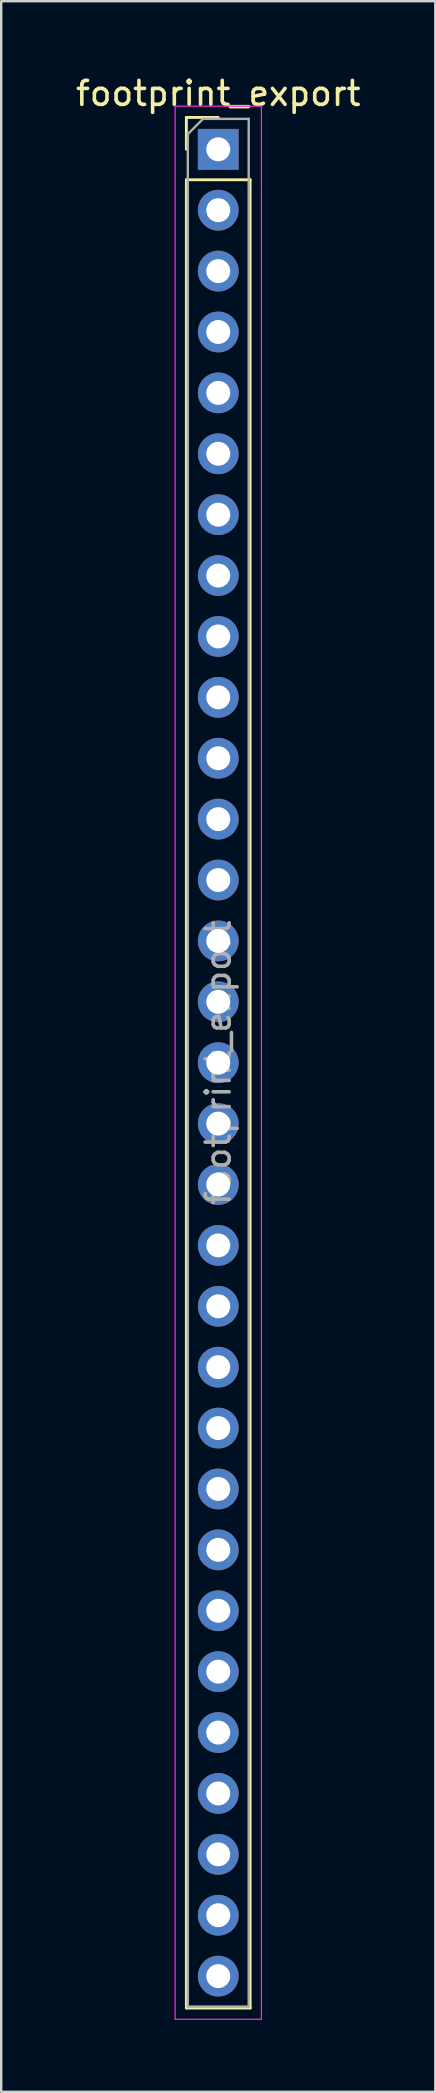
<source format=kicad_pcb>
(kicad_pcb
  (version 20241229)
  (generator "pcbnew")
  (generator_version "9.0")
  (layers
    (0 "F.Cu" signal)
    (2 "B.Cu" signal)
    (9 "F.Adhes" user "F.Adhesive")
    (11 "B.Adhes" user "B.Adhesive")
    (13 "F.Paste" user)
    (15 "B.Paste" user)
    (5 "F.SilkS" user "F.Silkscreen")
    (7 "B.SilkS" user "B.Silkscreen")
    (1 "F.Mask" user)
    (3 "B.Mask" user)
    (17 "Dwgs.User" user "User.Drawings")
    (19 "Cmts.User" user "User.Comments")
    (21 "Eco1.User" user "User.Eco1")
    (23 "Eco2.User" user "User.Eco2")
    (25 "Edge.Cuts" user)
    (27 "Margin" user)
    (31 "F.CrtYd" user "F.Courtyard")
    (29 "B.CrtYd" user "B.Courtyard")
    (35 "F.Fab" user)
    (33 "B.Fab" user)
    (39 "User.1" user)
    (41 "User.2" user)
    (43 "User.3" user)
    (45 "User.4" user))
  (footprint "footprint_export"
    (layer "F.Cu")
    (at 6.054 3.178)
    (property "Reference" "footprint_export" (at 0 -2.33 0) (layer "F.SilkS") (effects (font (size 1 1) (thickness 0.15))))
    (attr through_hole)
    (fp_line (start -1.33 -1.33) (end 0 -1.33) (stroke (width 0.12) (type solid)) (layer "F.SilkS"))
    (fp_line (start -1.33 0) (end -1.33 -1.33) (stroke (width 0.12) (type solid)) (layer "F.SilkS"))
    (fp_line (start -1.33 1.27) (end -1.33 77.53) (stroke (width 0.12) (type solid)) (layer "F.SilkS"))
    (fp_line (start -1.33 1.27) (end 1.33 1.27) (stroke (width 0.12) (type solid)) (layer "F.SilkS"))
    (fp_line (start -1.33 77.53) (end 1.33 77.53) (stroke (width 0.12) (type solid)) (layer "F.SilkS"))
    (fp_line (start 1.33 1.27) (end 1.33 77.53) (stroke (width 0.12) (type solid)) (layer "F.SilkS"))
    (fp_line (start -1.8 -1.8) (end -1.8 78) (stroke (width 0.05) (type solid)) (layer "F.CrtYd"))
    (fp_line (start -1.8 78) (end 1.8 78) (stroke (width 0.05) (type solid)) (layer "F.CrtYd"))
    (fp_line (start 1.8 -1.8) (end -1.8 -1.8) (stroke (width 0.05) (type solid)) (layer "F.CrtYd"))
    (fp_line (start 1.8 78) (end 1.8 -1.8) (stroke (width 0.05) (type solid)) (layer "F.CrtYd"))
    (fp_line (start -1.27 -0.635) (end -0.635 -1.27) (stroke (width 0.1) (type solid)) (layer "F.Fab"))
    (fp_line (start -1.27 77.47) (end -1.27 -0.635) (stroke (width 0.1) (type solid)) (layer "F.Fab"))
    (fp_line (start -0.635 -1.27) (end 1.27 -1.27) (stroke (width 0.1) (type solid)) (layer "F.Fab"))
    (fp_line (start 1.27 -1.27) (end 1.27 77.47) (stroke (width 0.1) (type solid)) (layer "F.Fab"))
    (fp_line (start 1.27 77.47) (end -1.27 77.47) (stroke (width 0.1) (type solid)) (layer "F.Fab"))
    (fp_text user "${REFERENCE}" (at 0 38.1 90) (layer "F.Fab") (effects (font (size 1 1) (thickness 0.15))))
    (pad "1" thru_hole rect (at 0 0) (size 1.7 1.7) (drill 1) (layers "*.Cu" "*.Mask"))
    (pad "2" thru_hole oval (at 0 2.54) (size 1.7 1.7) (drill 1) (layers "*.Cu" "*.Mask"))
    (pad "3" thru_hole oval (at 0 5.08) (size 1.7 1.7) (drill 1) (layers "*.Cu" "*.Mask"))
    (pad "4" thru_hole oval (at 0 7.62) (size 1.7 1.7) (drill 1) (layers "*.Cu" "*.Mask"))
    (pad "5" thru_hole oval (at 0 10.16) (size 1.7 1.7) (drill 1) (layers "*.Cu" "*.Mask"))
    (pad "6" thru_hole oval (at 0 12.7) (size 1.7 1.7) (drill 1) (layers "*.Cu" "*.Mask"))
    (pad "7" thru_hole oval (at 0 15.24) (size 1.7 1.7) (drill 1) (layers "*.Cu" "*.Mask"))
    (pad "8" thru_hole oval (at 0 17.78) (size 1.7 1.7) (drill 1) (layers "*.Cu" "*.Mask"))
    (pad "9" thru_hole oval (at 0 20.32) (size 1.7 1.7) (drill 1) (layers "*.Cu" "*.Mask"))
    (pad "10" thru_hole oval (at 0 22.86) (size 1.7 1.7) (drill 1) (layers "*.Cu" "*.Mask"))
    (pad "11" thru_hole oval (at 0 25.4) (size 1.7 1.7) (drill 1) (layers "*.Cu" "*.Mask"))
    (pad "12" thru_hole oval (at 0 27.94) (size 1.7 1.7) (drill 1) (layers "*.Cu" "*.Mask"))
    (pad "13" thru_hole oval (at 0 30.48) (size 1.7 1.7) (drill 1) (layers "*.Cu" "*.Mask"))
    (pad "14" thru_hole oval (at 0 33.02) (size 1.7 1.7) (drill 1) (layers "*.Cu" "*.Mask"))
    (pad "15" thru_hole oval (at 0 35.56) (size 1.7 1.7) (drill 1) (layers "*.Cu" "*.Mask"))
    (pad "16" thru_hole oval (at 0 38.1) (size 1.7 1.7) (drill 1) (layers "*.Cu" "*.Mask"))
    (pad "17" thru_hole oval (at 0 40.64) (size 1.7 1.7) (drill 1) (layers "*.Cu" "*.Mask"))
    (pad "18" thru_hole oval (at 0 43.18) (size 1.7 1.7) (drill 1) (layers "*.Cu" "*.Mask"))
    (pad "19" thru_hole oval (at 0 45.72) (size 1.7 1.7) (drill 1) (layers "*.Cu" "*.Mask"))
    (pad "20" thru_hole oval (at 0 48.26) (size 1.7 1.7) (drill 1) (layers "*.Cu" "*.Mask"))
    (pad "21" thru_hole oval (at 0 50.8) (size 1.7 1.7) (drill 1) (layers "*.Cu" "*.Mask"))
    (pad "22" thru_hole oval (at 0 53.34) (size 1.7 1.7) (drill 1) (layers "*.Cu" "*.Mask"))
    (pad "23" thru_hole oval (at 0 55.88) (size 1.7 1.7) (drill 1) (layers "*.Cu" "*.Mask"))
    (pad "24" thru_hole oval (at 0 58.42) (size 1.7 1.7) (drill 1) (layers "*.Cu" "*.Mask"))
    (pad "25" thru_hole oval (at 0 60.96) (size 1.7 1.7) (drill 1) (layers "*.Cu" "*.Mask"))
    (pad "26" thru_hole oval (at 0 63.5) (size 1.7 1.7) (drill 1) (layers "*.Cu" "*.Mask"))
    (pad "27" thru_hole oval (at 0 66.04) (size 1.7 1.7) (drill 1) (layers "*.Cu" "*.Mask"))
    (pad "28" thru_hole oval (at 0 68.58) (size 1.7 1.7) (drill 1) (layers "*.Cu" "*.Mask"))
    (pad "29" thru_hole oval (at 0 71.12) (size 1.7 1.7) (drill 1) (layers "*.Cu" "*.Mask"))
    (pad "30" thru_hole oval (at 0 73.66) (size 1.7 1.7) (drill 1) (layers "*.Cu" "*.Mask"))
    (pad "31" thru_hole oval (at 0 76.2) (size 1.7 1.7) (drill 1) (layers "*.Cu" "*.Mask")))
  (gr_rect
    (start -3 -3)
    (end 15.107 84.203)
    (stroke (width 0.1) (type default))
    (fill no)
    (layer "Edge.Cuts")))
</source>
